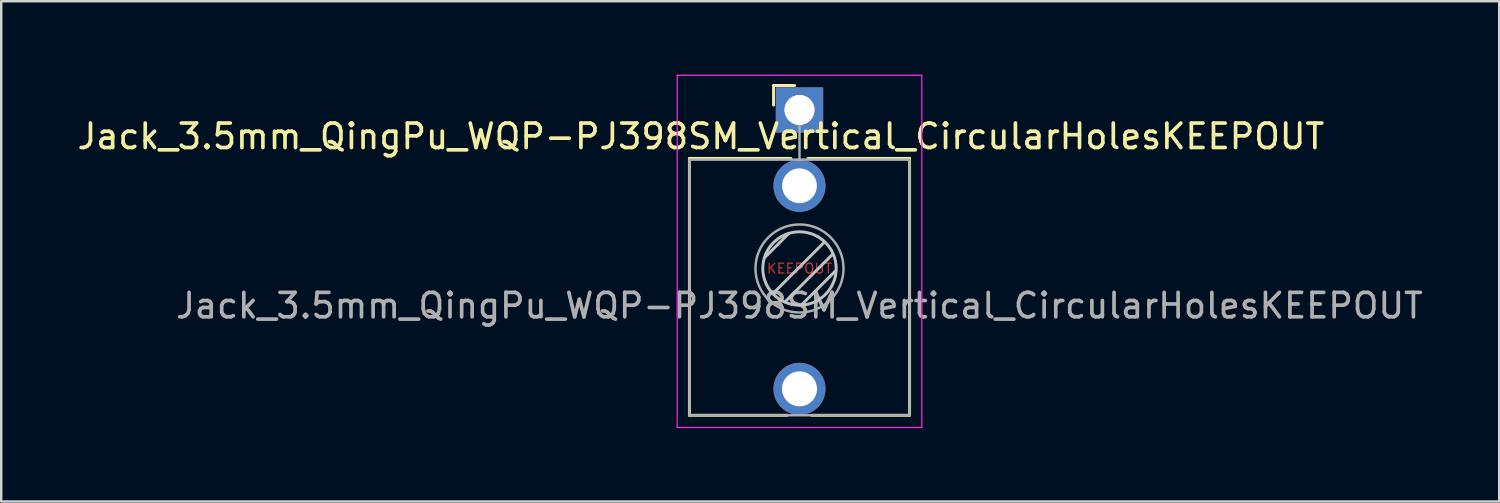
<source format=kicad_pcb>
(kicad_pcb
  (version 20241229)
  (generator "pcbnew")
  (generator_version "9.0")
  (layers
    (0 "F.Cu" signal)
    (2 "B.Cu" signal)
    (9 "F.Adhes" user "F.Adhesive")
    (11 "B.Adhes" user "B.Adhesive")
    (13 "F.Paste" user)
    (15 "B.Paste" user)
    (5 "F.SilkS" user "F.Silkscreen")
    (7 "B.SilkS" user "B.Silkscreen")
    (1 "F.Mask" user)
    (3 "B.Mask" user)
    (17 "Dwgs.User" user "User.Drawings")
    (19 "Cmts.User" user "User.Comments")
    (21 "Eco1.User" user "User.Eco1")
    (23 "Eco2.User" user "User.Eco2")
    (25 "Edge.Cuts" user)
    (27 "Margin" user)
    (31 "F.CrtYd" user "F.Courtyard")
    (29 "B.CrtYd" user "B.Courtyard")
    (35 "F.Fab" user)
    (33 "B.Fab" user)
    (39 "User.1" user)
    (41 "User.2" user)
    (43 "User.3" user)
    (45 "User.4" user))
  (footprint "Jack_3.5mm_QingPu_WQP-PJ398SM_Vertical_CircularHolesKEEPOUT"
    (layer "F.Cu")
    (at 29.631 1.445)
    (property "Reference" "Jack_3.5mm_QingPu_WQP-PJ398SM_Vertical_CircularHolesKEEPOUT" (at -4.03 1.08 180) (layer "F.SilkS") (effects (font (size 1 1) (thickness 0.15))))
    (attr through_hole)
    (fp_line (start -4.5 1.98) (end -4.5 12.48) (stroke (width 0.12) (type solid)) (layer "F.SilkS"))
    (fp_line (start -1.06 -1) (end -1.06 -0.2) (stroke (width 0.12) (type solid)) (layer "F.SilkS"))
    (fp_line (start -1.06 -1) (end -0.2 -1) (stroke (width 0.12) (type solid)) (layer "F.SilkS"))
    (fp_line (start -0.5 12.48) (end -4.5 12.48) (stroke (width 0.12) (type solid)) (layer "F.SilkS"))
    (fp_line (start -0.35 1.98) (end -4.5 1.98) (stroke (width 0.12) (type solid)) (layer "F.SilkS"))
    (fp_line (start 4.5 1.98) (end 0.35 1.98) (stroke (width 0.12) (type solid)) (layer "F.SilkS"))
    (fp_line (start 4.5 1.98) (end 4.5 12.48) (stroke (width 0.12) (type solid)) (layer "F.SilkS"))
    (fp_line (start 4.5 12.48) (end 0.5 12.48) (stroke (width 0.12) (type solid)) (layer "F.SilkS"))
    (fp_line (start -1.41 6.02) (end -0.46 5.07) (stroke (width 0.12) (type solid)) (layer "Dwgs.User"))
    (fp_line (start -1.07 7.49) (end 1.01 5.41) (stroke (width 0.12) (type solid)) (layer "Dwgs.User"))
    (fp_line (start -0.58 7.83) (end 1.36 5.89) (stroke (width 0.12) (type solid)) (layer "Dwgs.User"))
    (fp_line (start 0.09 7.96) (end 1.48 6.57) (stroke (width 0.12) (type solid)) (layer "Dwgs.User"))
    (fp_circle (center 0 6.48) (end 1.5 6.48) (stroke (width 0.12) (type solid)) (fill no) (layer "Dwgs.User"))
    (fp_line (start -5 12.98) (end -5 -1.42) (stroke (width 0.05) (type solid)) (layer "F.CrtYd"))
    (fp_line (start 5 -1.42) (end -5 -1.42) (stroke (width 0.05) (type solid)) (layer "F.CrtYd"))
    (fp_line (start 5 12.98) (end -5 12.98) (stroke (width 0.05) (type solid)) (layer "F.CrtYd"))
    (fp_line (start 5 12.98) (end 5 -1.42) (stroke (width 0.05) (type solid)) (layer "F.CrtYd"))
    (fp_line (start -4.5 12.48) (end -4.5 2.08) (stroke (width 0.1) (type solid)) (layer "F.Fab"))
    (fp_line (start 0 0) (end 0 2.03) (stroke (width 0.1) (type solid)) (layer "F.Fab"))
    (fp_line (start 4.5 2.03) (end -4.5 2.03) (stroke (width 0.1) (type solid)) (layer "F.Fab"))
    (fp_line (start 4.5 12.48) (end -4.5 12.48) (stroke (width 0.1) (type solid)) (layer "F.Fab"))
    (fp_line (start 4.5 12.48) (end 4.5 2.08) (stroke (width 0.1) (type solid)) (layer "F.Fab"))
    (fp_circle (center 0 6.48) (end 1.8 6.48) (stroke (width 0.1) (type solid)) (fill no) (layer "F.Fab"))
    (fp_text user "KEEPOUT" (at 0 6.48 0) (layer "F.Cu") (effects (font (size 0.4 0.4) (thickness 0.051))))
    (fp_text user "${REFERENCE}" (at 0 8 180) (layer "F.Fab") (effects (font (size 1 1) (thickness 0.15))))
    (pad "1@1" thru_hole rect (at 0 0 180) (size 1.93 1.83) (drill 1.22) (layers "*.Cu" "*.Mask"))
    (pad "1@2" thru_hole rect (at 0 0 180) (size 1.93 1.83) (drill 1.22) (layers "*.Cu" "*.Mask"))
    (pad "2" thru_hole circle (at 0 3.1 180) (size 2.13 2.13) (drill 1.42) (layers "*.Cu" "*.Mask"))
    (pad "3" thru_hole circle (at 0 11.4 180) (size 2.13 2.13) (drill 1.43) (layers "*.Cu" "*.Mask"))
    (zone (net_name "") (layer "F.Cu") (hatch edge 0.508) (connect_pads) (min_thickness 0.254) (filled_areas_thickness no) (keepout (tracks not_allowed) (vias not_allowed) (pads not_allowed) (copperpour not_allowed) (footprints not_allowed)) (placement (enabled no)) (fill) (polygon (pts (xy 30.063 6.5) (xy 30.673 6.855) (xy 31.104 7.516) (xy 31.079 8.328) (xy 30.698 9.04) (xy 30.088 9.37) (xy 29.301 9.395) (xy 28.564 8.963) (xy 28.209 8.481) (xy 28.133 7.897) (xy 28.26 7.414) (xy 28.793 6.627) (xy 29.453 6.449)))))
  (gr_rect
    (start -3 -3)
    (end 58.232 17.45)
    (stroke (width 0.1) (type default))
    (fill no)
    (layer "Edge.Cuts")))
</source>
